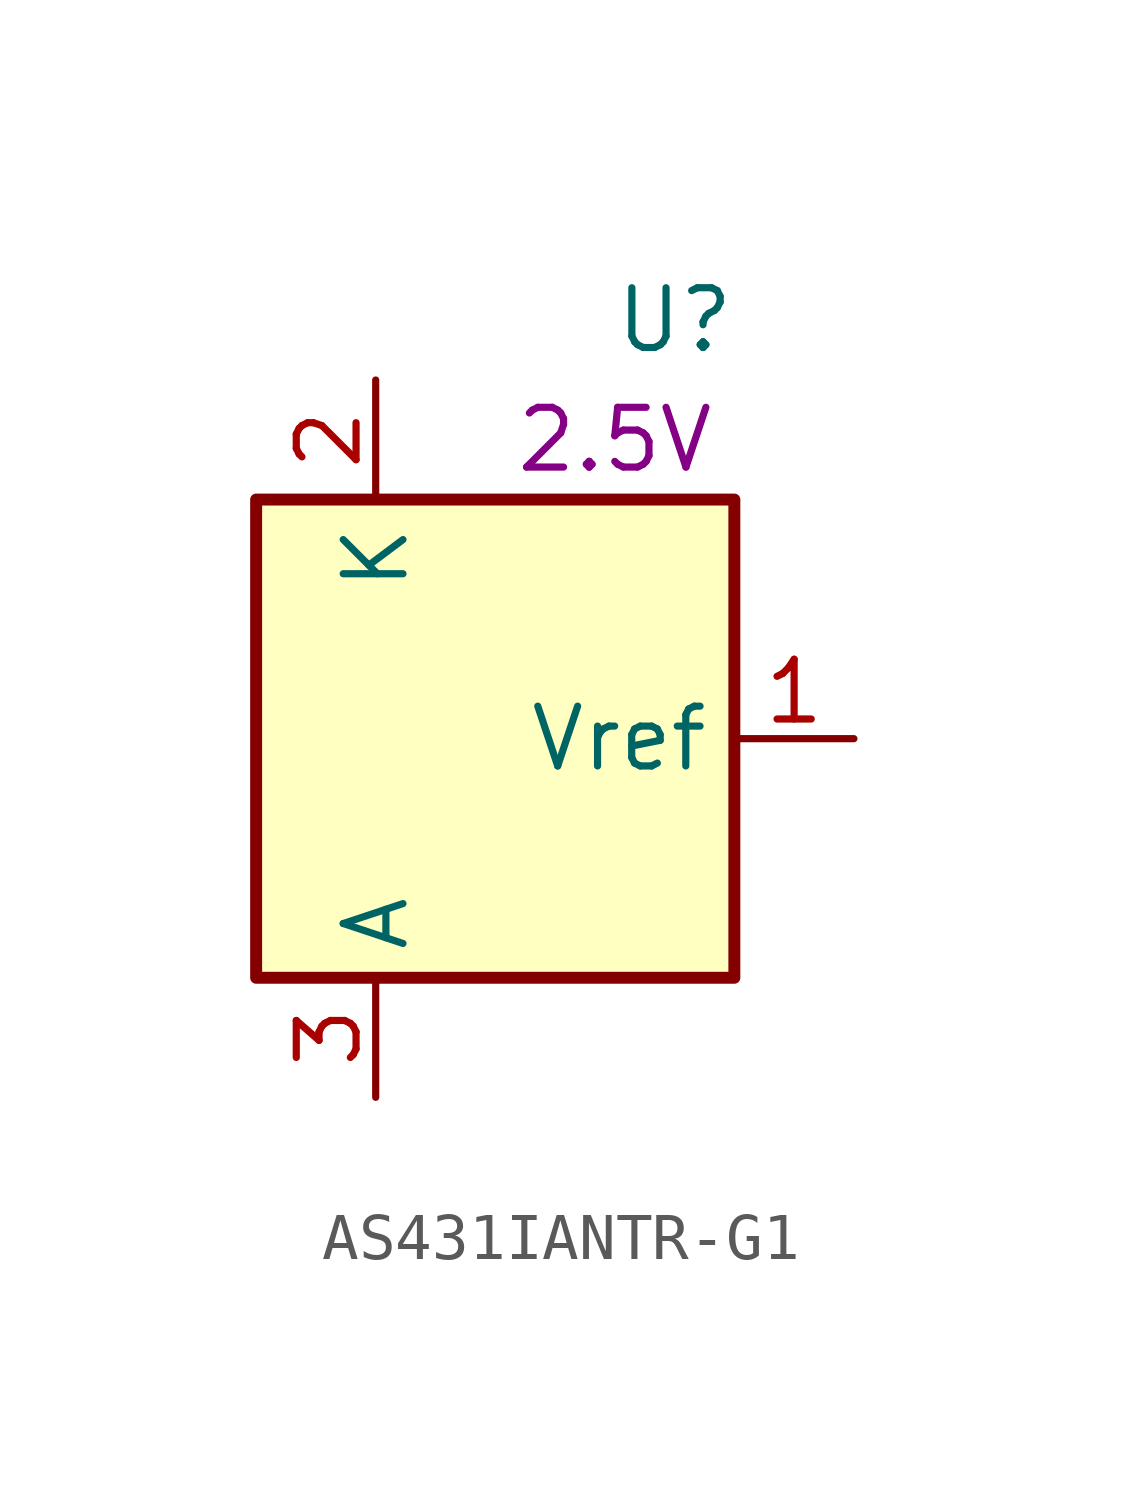
<source format=kicad_sym>
(kicad_symbol_lib
  (version 20220914)
  (generator kicad_symbol_editor)
  (symbol "AS431IANTR-G1"
    (property "Reference" "U"
      (at 3.81 8.89 0)
      (effects (font (size 1.27 1.27))))
    (property "UserValue" "2.5V"
      (at 2.54 6.35 0)
      (effects (font (size 1.27 1.27))))
    (symbol "AS431IANTR-G1_0_1"
      (rectangle (start -5.08 5.08) (end 5.08 -5.08) (stroke (width 0.254) (type default)) (fill (type background))))
    (symbol "AS431IANTR-G1_1_1"
      (pin power_out line (at 7.62 0 180) (length 2.54) (name "Vref" (effects (font (size 1.27 1.27)))) (number "1" (effects (font (size 1.27 1.27)))))
      (pin power_in line (at -2.54 7.62 270) (length 2.54) (name "K" (effects (font (size 1.27 1.27)))) (number "2" (effects (font (size 1.27 1.27)))))
      (pin power_in line (at -2.54 -7.62 90) (length 2.54) (name "A" (effects (font (size 1.27 1.27)))) (number "3" (effects (font (size 1.27 1.27))))))))
</source>
